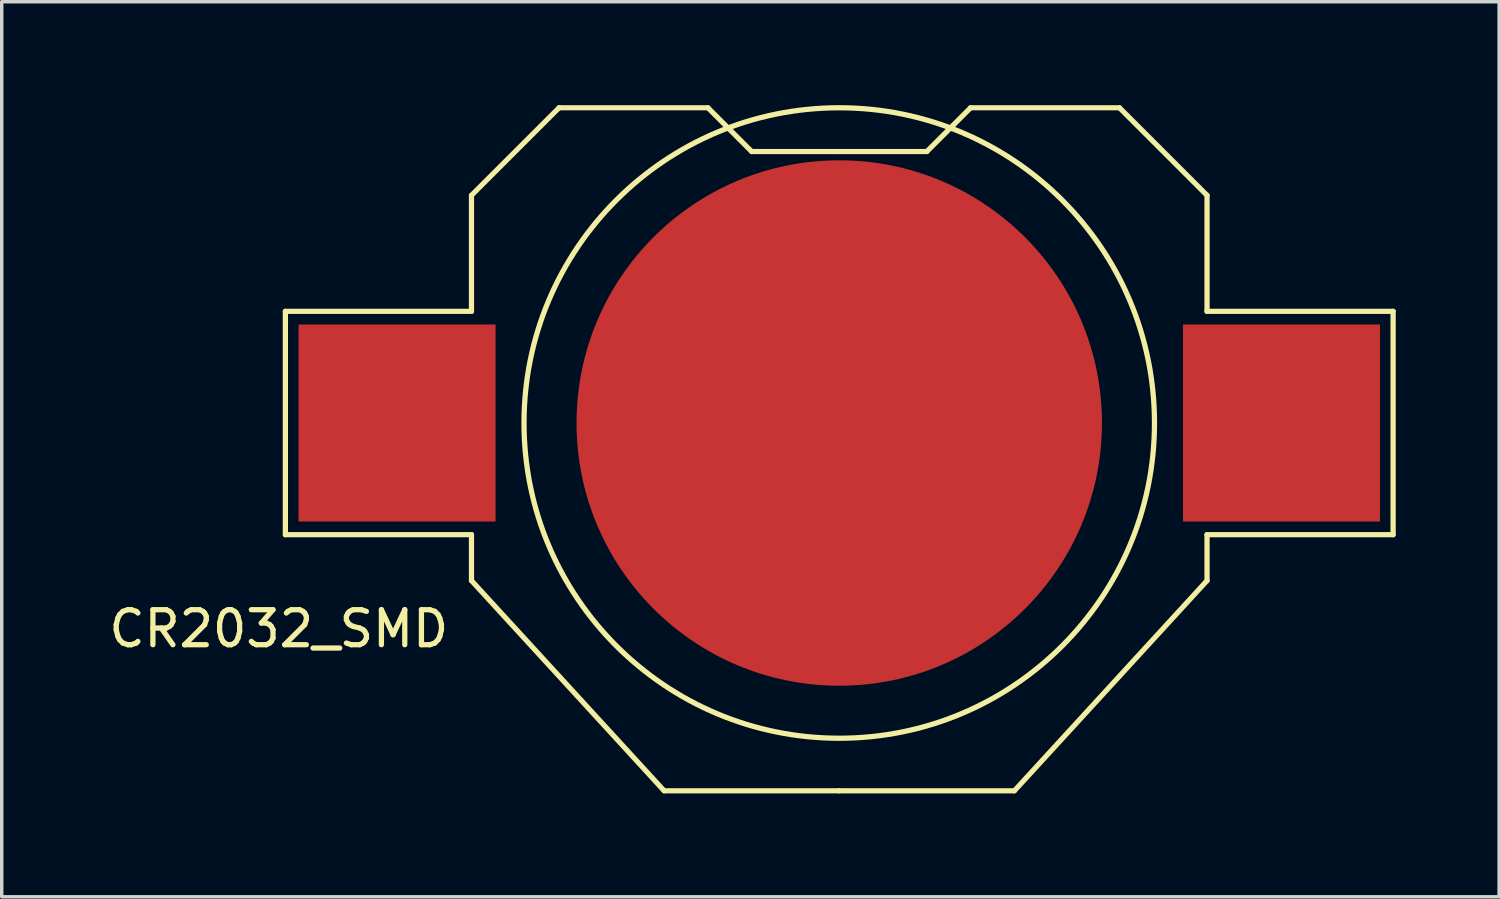
<source format=kicad_pcb>
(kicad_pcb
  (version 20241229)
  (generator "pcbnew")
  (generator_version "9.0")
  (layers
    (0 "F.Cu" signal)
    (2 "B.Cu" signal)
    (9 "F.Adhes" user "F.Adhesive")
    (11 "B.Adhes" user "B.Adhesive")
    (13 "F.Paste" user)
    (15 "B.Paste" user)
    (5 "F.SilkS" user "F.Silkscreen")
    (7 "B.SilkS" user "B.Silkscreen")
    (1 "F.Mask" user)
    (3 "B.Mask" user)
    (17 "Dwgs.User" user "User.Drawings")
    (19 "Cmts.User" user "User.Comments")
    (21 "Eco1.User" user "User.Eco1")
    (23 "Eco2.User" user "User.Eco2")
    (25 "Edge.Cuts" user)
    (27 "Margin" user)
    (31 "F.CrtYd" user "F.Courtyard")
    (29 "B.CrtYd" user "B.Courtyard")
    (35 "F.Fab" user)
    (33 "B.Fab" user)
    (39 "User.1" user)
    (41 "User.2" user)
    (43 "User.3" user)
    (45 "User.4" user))
  (footprint "CR2032_SMD"
    (layer "F.Cu")
    (at 21.294 9.22)
    (property "Reference" "CR2032_SMD" (at -16.256 5.969 0) (layer "F.SilkS") (effects (font (size 1.016 1.016) (thickness 0.152))))
    (attr through_hole)
    (fp_line (start -16.066 -3.239) (end -10.668 -3.239) (stroke (width 0.152) (type solid)) (layer "F.SilkS"))
    (fp_line (start -16.066 3.239) (end -16.066 -3.239) (stroke (width 0.152) (type solid)) (layer "F.SilkS"))
    (fp_line (start -10.668 -6.604) (end -8.128 -9.144) (stroke (width 0.15) (type solid)) (layer "F.SilkS"))
    (fp_line (start -10.668 -3.239) (end -10.668 -6.604) (stroke (width 0.152) (type solid)) (layer "F.SilkS"))
    (fp_line (start -10.668 3.239) (end -16.066 3.239) (stroke (width 0.152) (type solid)) (layer "F.SilkS"))
    (fp_line (start -10.668 4.572) (end -10.668 3.239) (stroke (width 0.152) (type solid)) (layer "F.SilkS"))
    (fp_line (start -8.128 -9.144) (end -3.81 -9.144) (stroke (width 0.15) (type solid)) (layer "F.SilkS"))
    (fp_line (start -5.08 10.668) (end -10.668 4.572) (stroke (width 0.15) (type solid)) (layer "F.SilkS"))
    (fp_line (start -3.81 -9.144) (end -2.54 -7.874) (stroke (width 0.15) (type solid)) (layer "F.SilkS"))
    (fp_line (start -2.54 -7.874) (end 0 -7.874) (stroke (width 0.15) (type solid)) (layer "F.SilkS"))
    (fp_line (start 0 -7.874) (end 2.54 -7.874) (stroke (width 0.15) (type solid)) (layer "F.SilkS"))
    (fp_line (start 0 10.668) (end -5.08 10.668) (stroke (width 0.15) (type solid)) (layer "F.SilkS"))
    (fp_line (start 2.54 -7.874) (end 3.81 -9.144) (stroke (width 0.15) (type solid)) (layer "F.SilkS"))
    (fp_line (start 3.81 -9.144) (end 8.128 -9.144) (stroke (width 0.15) (type solid)) (layer "F.SilkS"))
    (fp_line (start 5.08 10.668) (end 0 10.668) (stroke (width 0.15) (type solid)) (layer "F.SilkS"))
    (fp_line (start 8.128 -9.144) (end 10.668 -6.604) (stroke (width 0.15) (type solid)) (layer "F.SilkS"))
    (fp_line (start 10.668 -3.239) (end 10.668 -6.604) (stroke (width 0.152) (type solid)) (layer "F.SilkS"))
    (fp_line (start 10.668 3.239) (end 16.066 3.239) (stroke (width 0.152) (type solid)) (layer "F.SilkS"))
    (fp_line (start 10.668 4.572) (end 5.08 10.668) (stroke (width 0.15) (type solid)) (layer "F.SilkS"))
    (fp_line (start 10.668 4.572) (end 10.668 3.239) (stroke (width 0.152) (type solid)) (layer "F.SilkS"))
    (fp_line (start 16.066 -3.239) (end 10.668 -3.239) (stroke (width 0.152) (type solid)) (layer "F.SilkS"))
    (fp_line (start 16.066 3.239) (end 16.066 -3.239) (stroke (width 0.152) (type solid)) (layer "F.SilkS"))
    (fp_circle (center 0 0) (end 0 -9.144) (stroke (width 0.152) (type solid)) (fill no) (layer "F.SilkS"))
    (pad "+" smd rect (at -12.827 0) (size 5.715 5.715) (layers "F.Cu" "F.Mask" "F.Paste"))
    (pad "+" smd rect (at 12.827 0) (size 5.715 5.715) (layers "F.Cu" "F.Mask" "F.Paste"))
    (pad "-" smd circle (at 0 0) (size 15.24 15.24) (layers "F.Cu" "F.Mask" "F.Paste")))
  (gr_rect
    (start -3 -3)
    (end 40.435 22.963)
    (stroke (width 0.1) (type default))
    (fill no)
    (layer "Edge.Cuts")))
</source>
